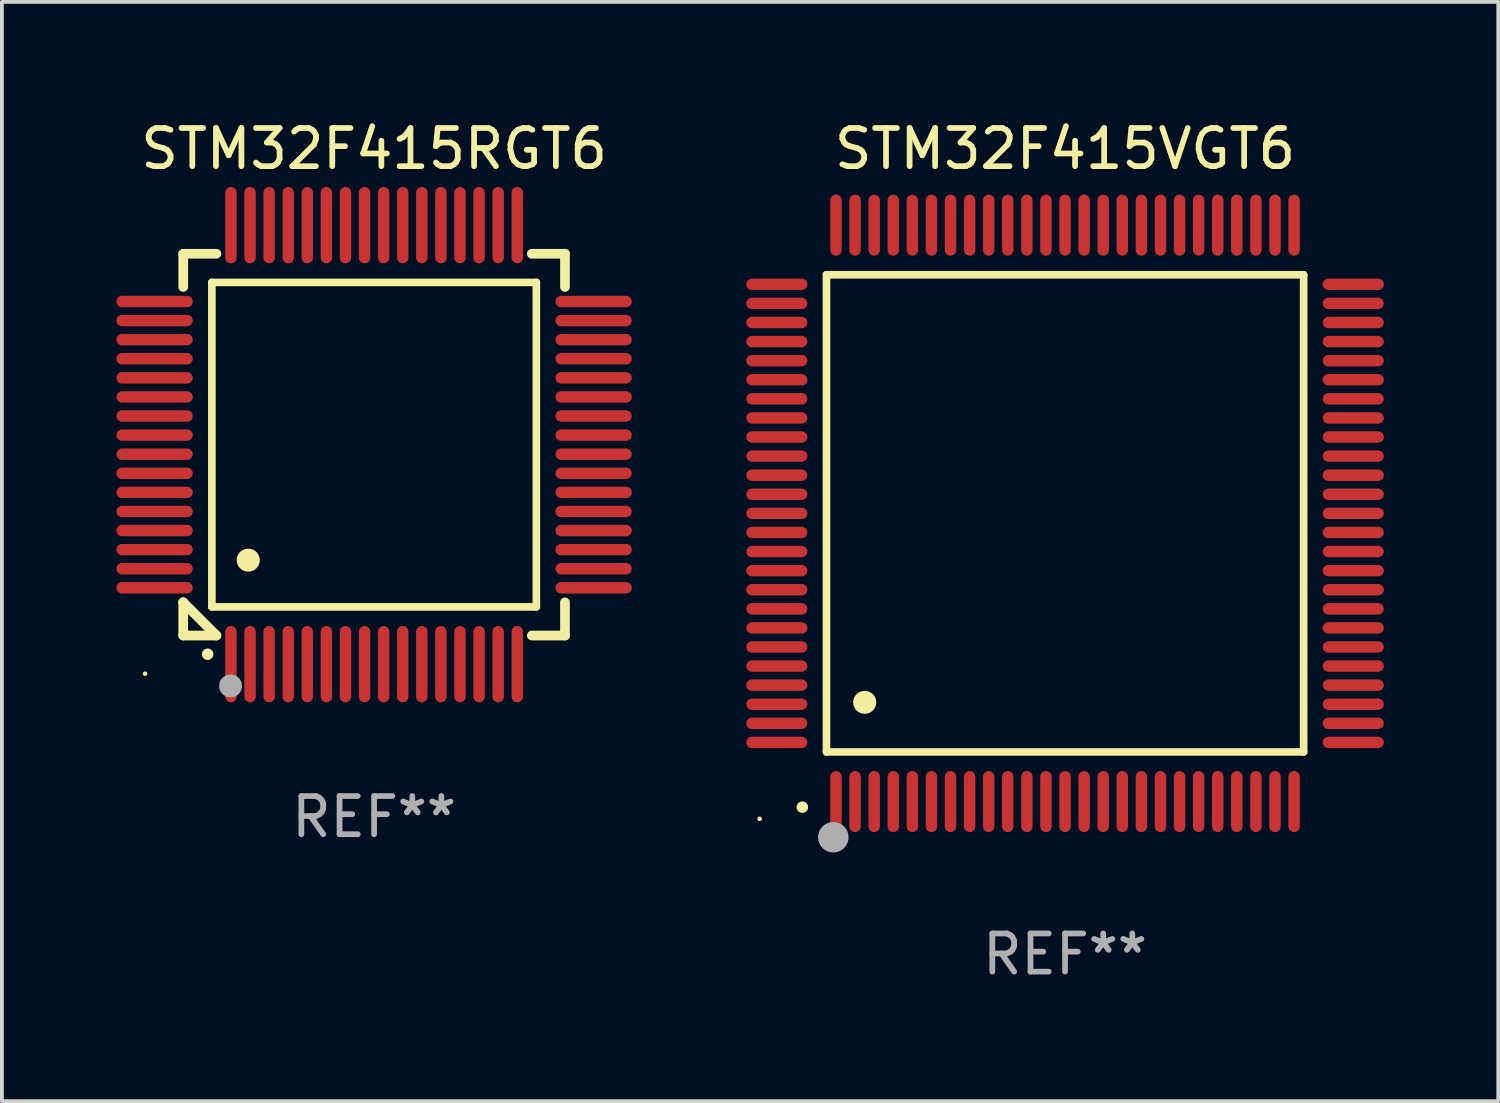
<source format=kicad_pcb>
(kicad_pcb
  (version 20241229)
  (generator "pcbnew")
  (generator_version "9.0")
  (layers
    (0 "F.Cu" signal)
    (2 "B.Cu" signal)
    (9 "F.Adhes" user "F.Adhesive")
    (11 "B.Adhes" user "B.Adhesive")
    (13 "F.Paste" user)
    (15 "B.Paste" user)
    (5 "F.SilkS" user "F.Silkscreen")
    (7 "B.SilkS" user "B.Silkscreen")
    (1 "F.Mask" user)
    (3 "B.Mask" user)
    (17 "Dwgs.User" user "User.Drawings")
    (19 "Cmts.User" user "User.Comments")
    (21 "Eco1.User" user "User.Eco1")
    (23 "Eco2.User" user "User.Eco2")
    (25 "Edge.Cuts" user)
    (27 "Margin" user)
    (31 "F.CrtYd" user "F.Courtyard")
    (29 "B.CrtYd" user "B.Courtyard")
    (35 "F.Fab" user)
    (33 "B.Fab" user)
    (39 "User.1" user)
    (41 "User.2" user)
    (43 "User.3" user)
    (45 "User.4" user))
  (footprint "STM32F415RGT6"
    (layer "F.Cu")
    (at 6.75 8.598)
    (property "Reference" "STM32F415RGT6" (at 0 -7.75 0) (layer "F.SilkS") (effects (font (size 1 1) (thickness 0.15))))
    (attr through_hole)
    (fp_line (start -5 -5) (end -4.131 -5) (stroke (width 0.254) (type solid)) (layer "F.SilkS"))
    (fp_line (start -5 -4.131) (end -5 -5) (stroke (width 0.254) (type solid)) (layer "F.SilkS"))
    (fp_line (start -5 4.131) (end -5 4.131) (stroke (width 0.254) (type solid)) (layer "F.SilkS"))
    (fp_line (start -5 5) (end -5 4.131) (stroke (width 0.254) (type solid)) (layer "F.SilkS"))
    (fp_line (start -5 4.131) (end -4.131 5) (stroke (width 0.254) (type solid)) (layer "F.SilkS"))
    (fp_line (start -4.25 -4.25) (end -4.25 4.25) (stroke (width 0.2) (type solid)) (layer "F.SilkS"))
    (fp_line (start -4.25 4.25) (end 4.25 4.25) (stroke (width 0.2) (type solid)) (layer "F.SilkS"))
    (fp_line (start -4.131 5) (end -5 5) (stroke (width 0.254) (type solid)) (layer "F.SilkS"))
    (fp_line (start 4.25 -4.25) (end -4.25 -4.25) (stroke (width 0.2) (type solid)) (layer "F.SilkS"))
    (fp_line (start 4.25 4.25) (end 4.25 -4.25) (stroke (width 0.2) (type solid)) (layer "F.SilkS"))
    (fp_line (start 5 -5) (end 4.131 -5) (stroke (width 0.254) (type solid)) (layer "F.SilkS"))
    (fp_line (start 5 -5) (end 5 -4.131) (stroke (width 0.254) (type solid)) (layer "F.SilkS"))
    (fp_line (start 5 4.131) (end 5 5) (stroke (width 0.254) (type solid)) (layer "F.SilkS"))
    (fp_line (start 5 5) (end 4.131 5) (stroke (width 0.254) (type solid)) (layer "F.SilkS"))
    (fp_arc (start -4.361265 5.489992) (mid -4.359995 5.489987) (end -4.358725 5.489992) (stroke (width 0.3) (type solid)) (layer "F.SilkS"))
    (fp_arc (start -3.299467 3.025146) (mid -3.296927 3.025135) (end -3.294387 3.025146) (stroke (width 0.6) (type solid)) (layer "F.SilkS"))
    (fp_circle (center -6 6) (end -5.97 6) (stroke (width 0.06) (type solid)) (fill no) (layer "F.SilkS"))
    (fp_circle (center -3.76 6.32) (end -3.61 6.32) (stroke (width 0.3) (type solid)) (fill no) (layer "F.Fab"))
    (fp_text user "REF**" (at 0 9.75 0) (layer "F.Fab") (effects (font (size 1 1) (thickness 0.15))))
    (pad "1" smd oval (at -3.75 5.75) (size 0.3 2) (layers "F.Cu" "F.Mask" "F.Paste"))
    (pad "2" smd oval (at -3.25 5.75) (size 0.3 2) (layers "F.Cu" "F.Mask" "F.Paste"))
    (pad "3" smd oval (at -2.75 5.75) (size 0.3 2) (layers "F.Cu" "F.Mask" "F.Paste"))
    (pad "4" smd oval (at -2.25 5.75) (size 0.3 2) (layers "F.Cu" "F.Mask" "F.Paste"))
    (pad "5" smd oval (at -1.75 5.75) (size 0.3 2) (layers "F.Cu" "F.Mask" "F.Paste"))
    (pad "6" smd oval (at -1.25 5.75) (size 0.3 2) (layers "F.Cu" "F.Mask" "F.Paste"))
    (pad "7" smd oval (at -0.75 5.75) (size 0.3 2) (layers "F.Cu" "F.Mask" "F.Paste"))
    (pad "8" smd oval (at -0.25 5.75) (size 0.3 2) (layers "F.Cu" "F.Mask" "F.Paste"))
    (pad "9" smd oval (at 0.25 5.75) (size 0.3 2) (layers "F.Cu" "F.Mask" "F.Paste"))
    (pad "10" smd oval (at 0.75 5.75) (size 0.3 2) (layers "F.Cu" "F.Mask" "F.Paste"))
    (pad "11" smd oval (at 1.25 5.75) (size 0.3 2) (layers "F.Cu" "F.Mask" "F.Paste"))
    (pad "12" smd oval (at 1.75 5.75) (size 0.3 2) (layers "F.Cu" "F.Mask" "F.Paste"))
    (pad "13" smd oval (at 2.25 5.75) (size 0.3 2) (layers "F.Cu" "F.Mask" "F.Paste"))
    (pad "14" smd oval (at 2.75 5.75) (size 0.3 2) (layers "F.Cu" "F.Mask" "F.Paste"))
    (pad "15" smd oval (at 3.25 5.75) (size 0.3 2) (layers "F.Cu" "F.Mask" "F.Paste"))
    (pad "16" smd oval (at 3.75 5.75) (size 0.3 2) (layers "F.Cu" "F.Mask" "F.Paste"))
    (pad "17" smd oval (at 5.75 3.75) (size 2 0.3) (layers "F.Cu" "F.Mask" "F.Paste"))
    (pad "18" smd oval (at 5.75 3.25) (size 2 0.3) (layers "F.Cu" "F.Mask" "F.Paste"))
    (pad "19" smd oval (at 5.75 2.75) (size 2 0.3) (layers "F.Cu" "F.Mask" "F.Paste"))
    (pad "20" smd oval (at 5.75 2.25) (size 2 0.3) (layers "F.Cu" "F.Mask" "F.Paste"))
    (pad "21" smd oval (at 5.75 1.75) (size 2 0.3) (layers "F.Cu" "F.Mask" "F.Paste"))
    (pad "22" smd oval (at 5.75 1.25) (size 2 0.3) (layers "F.Cu" "F.Mask" "F.Paste"))
    (pad "23" smd oval (at 5.75 0.75) (size 2 0.3) (layers "F.Cu" "F.Mask" "F.Paste"))
    (pad "24" smd oval (at 5.75 0.25) (size 2 0.3) (layers "F.Cu" "F.Mask" "F.Paste"))
    (pad "25" smd oval (at 5.75 -0.25) (size 2 0.3) (layers "F.Cu" "F.Mask" "F.Paste"))
    (pad "26" smd oval (at 5.75 -0.75) (size 2 0.3) (layers "F.Cu" "F.Mask" "F.Paste"))
    (pad "27" smd oval (at 5.75 -1.25) (size 2 0.3) (layers "F.Cu" "F.Mask" "F.Paste"))
    (pad "28" smd oval (at 5.75 -1.75) (size 2 0.3) (layers "F.Cu" "F.Mask" "F.Paste"))
    (pad "29" smd oval (at 5.75 -2.25) (size 2 0.3) (layers "F.Cu" "F.Mask" "F.Paste"))
    (pad "30" smd oval (at 5.75 -2.75) (size 2 0.3) (layers "F.Cu" "F.Mask" "F.Paste"))
    (pad "31" smd oval (at 5.75 -3.25) (size 2 0.3) (layers "F.Cu" "F.Mask" "F.Paste"))
    (pad "32" smd oval (at 5.75 -3.75) (size 2 0.3) (layers "F.Cu" "F.Mask" "F.Paste"))
    (pad "33" smd oval (at 3.75 -5.75) (size 0.3 2) (layers "F.Cu" "F.Mask" "F.Paste"))
    (pad "34" smd oval (at 3.25 -5.75) (size 0.3 2) (layers "F.Cu" "F.Mask" "F.Paste"))
    (pad "35" smd oval (at 2.75 -5.75) (size 0.3 2) (layers "F.Cu" "F.Mask" "F.Paste"))
    (pad "36" smd oval (at 2.25 -5.75) (size 0.3 2) (layers "F.Cu" "F.Mask" "F.Paste"))
    (pad "37" smd oval (at 1.75 -5.75) (size 0.3 2) (layers "F.Cu" "F.Mask" "F.Paste"))
    (pad "38" smd oval (at 1.25 -5.75) (size 0.3 2) (layers "F.Cu" "F.Mask" "F.Paste"))
    (pad "39" smd oval (at 0.75 -5.75) (size 0.3 2) (layers "F.Cu" "F.Mask" "F.Paste"))
    (pad "40" smd oval (at 0.25 -5.75) (size 0.3 2) (layers "F.Cu" "F.Mask" "F.Paste"))
    (pad "41" smd oval (at -0.25 -5.75) (size 0.3 2) (layers "F.Cu" "F.Mask" "F.Paste"))
    (pad "42" smd oval (at -0.75 -5.75) (size 0.3 2) (layers "F.Cu" "F.Mask" "F.Paste"))
    (pad "43" smd oval (at -1.25 -5.75) (size 0.3 2) (layers "F.Cu" "F.Mask" "F.Paste"))
    (pad "44" smd oval (at -1.75 -5.75) (size 0.3 2) (layers "F.Cu" "F.Mask" "F.Paste"))
    (pad "45" smd oval (at -2.25 -5.75) (size 0.3 2) (layers "F.Cu" "F.Mask" "F.Paste"))
    (pad "46" smd oval (at -2.75 -5.75) (size 0.3 2) (layers "F.Cu" "F.Mask" "F.Paste"))
    (pad "47" smd oval (at -3.25 -5.75) (size 0.3 2) (layers "F.Cu" "F.Mask" "F.Paste"))
    (pad "48" smd oval (at -3.75 -5.75) (size 0.3 2) (layers "F.Cu" "F.Mask" "F.Paste"))
    (pad "49" smd oval (at -5.75 -3.75) (size 2 0.3) (layers "F.Cu" "F.Mask" "F.Paste"))
    (pad "50" smd oval (at -5.75 -3.25) (size 2 0.3) (layers "F.Cu" "F.Mask" "F.Paste"))
    (pad "51" smd oval (at -5.75 -2.75) (size 2 0.3) (layers "F.Cu" "F.Mask" "F.Paste"))
    (pad "52" smd oval (at -5.75 -2.25) (size 2 0.3) (layers "F.Cu" "F.Mask" "F.Paste"))
    (pad "53" smd oval (at -5.75 -1.75) (size 2 0.3) (layers "F.Cu" "F.Mask" "F.Paste"))
    (pad "54" smd oval (at -5.75 -1.25) (size 2 0.3) (layers "F.Cu" "F.Mask" "F.Paste"))
    (pad "55" smd oval (at -5.75 -0.75) (size 2 0.3) (layers "F.Cu" "F.Mask" "F.Paste"))
    (pad "56" smd oval (at -5.75 -0.25) (size 2 0.3) (layers "F.Cu" "F.Mask" "F.Paste"))
    (pad "57" smd oval (at -5.75 0.25) (size 2 0.3) (layers "F.Cu" "F.Mask" "F.Paste"))
    (pad "58" smd oval (at -5.75 0.75) (size 2 0.3) (layers "F.Cu" "F.Mask" "F.Paste"))
    (pad "59" smd oval (at -5.75 1.25) (size 2 0.3) (layers "F.Cu" "F.Mask" "F.Paste"))
    (pad "60" smd oval (at -5.75 1.75) (size 2 0.3) (layers "F.Cu" "F.Mask" "F.Paste"))
    (pad "61" smd oval (at -5.75 2.25) (size 2 0.3) (layers "F.Cu" "F.Mask" "F.Paste"))
    (pad "62" smd oval (at -5.75 2.75) (size 2 0.3) (layers "F.Cu" "F.Mask" "F.Paste"))
    (pad "63" smd oval (at -5.75 3.25) (size 2 0.3) (layers "F.Cu" "F.Mask" "F.Paste"))
    (pad "64" smd oval (at -5.75 3.75) (size 2 0.3) (layers "F.Cu" "F.Mask" "F.Paste")))
  (footprint "STM32F415VGT6"
    (layer "F.Cu")
    (at 24.85 10.398)
    (property "Reference" "STM32F415VGT6" (at 0 -9.55 0) (layer "F.SilkS") (effects (font (size 1 1) (thickness 0.15))))
    (attr through_hole)
    (fp_line (start -6.25 -6.25) (end -6.25 6.25) (stroke (width 0.2) (type solid)) (layer "F.SilkS"))
    (fp_line (start -6.25 6.25) (end 6.25 6.25) (stroke (width 0.2) (type solid)) (layer "F.SilkS"))
    (fp_line (start 6.25 -6.25) (end -6.25 -6.25) (stroke (width 0.2) (type solid)) (layer "F.SilkS"))
    (fp_line (start 6.25 6.25) (end 6.25 -6.25) (stroke (width 0.2) (type solid)) (layer "F.SilkS"))
    (fp_arc (start -6.883414 7.696215) (mid -6.882144 7.69621) (end -6.880874 7.696215) (stroke (width 0.3) (type solid)) (layer "F.SilkS"))
    (fp_arc (start -5.250191 4.95047) (mid -5.247651 4.950459) (end -5.245111 4.95047) (stroke (width 0.6) (type solid)) (layer "F.SilkS"))
    (fp_circle (center -8 8) (end -7.97 8) (stroke (width 0.06) (type solid)) (fill no) (layer "F.SilkS"))
    (fp_circle (center -6.071 8.484) (end -5.871 8.484) (stroke (width 0.4) (type solid)) (fill no) (layer "F.Fab"))
    (fp_text user "REF**" (at 0 11.55 0) (layer "F.Fab") (effects (font (size 1 1) (thickness 0.15))))
    (pad "1" smd oval (at -6 7.55) (size 0.3 1.6) (layers "F.Cu" "F.Mask" "F.Paste"))
    (pad "2" smd oval (at -5.5 7.55) (size 0.3 1.6) (layers "F.Cu" "F.Mask" "F.Paste"))
    (pad "3" smd oval (at -5 7.55) (size 0.3 1.6) (layers "F.Cu" "F.Mask" "F.Paste"))
    (pad "4" smd oval (at -4.5 7.55) (size 0.3 1.6) (layers "F.Cu" "F.Mask" "F.Paste"))
    (pad "5" smd oval (at -4 7.55) (size 0.3 1.6) (layers "F.Cu" "F.Mask" "F.Paste"))
    (pad "6" smd oval (at -3.5 7.55) (size 0.3 1.6) (layers "F.Cu" "F.Mask" "F.Paste"))
    (pad "7" smd oval (at -3 7.55) (size 0.3 1.6) (layers "F.Cu" "F.Mask" "F.Paste"))
    (pad "8" smd oval (at -2.5 7.55) (size 0.3 1.6) (layers "F.Cu" "F.Mask" "F.Paste"))
    (pad "9" smd oval (at -2 7.55) (size 0.3 1.6) (layers "F.Cu" "F.Mask" "F.Paste"))
    (pad "10" smd oval (at -1.5 7.55) (size 0.3 1.6) (layers "F.Cu" "F.Mask" "F.Paste"))
    (pad "11" smd oval (at -1 7.55) (size 0.3 1.6) (layers "F.Cu" "F.Mask" "F.Paste"))
    (pad "12" smd oval (at -0.5 7.55) (size 0.3 1.6) (layers "F.Cu" "F.Mask" "F.Paste"))
    (pad "13" smd oval (at 0 7.55) (size 0.3 1.6) (layers "F.Cu" "F.Mask" "F.Paste"))
    (pad "14" smd oval (at 0.5 7.55) (size 0.3 1.6) (layers "F.Cu" "F.Mask" "F.Paste"))
    (pad "15" smd oval (at 1 7.55) (size 0.3 1.6) (layers "F.Cu" "F.Mask" "F.Paste"))
    (pad "16" smd oval (at 1.5 7.55) (size 0.3 1.6) (layers "F.Cu" "F.Mask" "F.Paste"))
    (pad "17" smd oval (at 2 7.55) (size 0.3 1.6) (layers "F.Cu" "F.Mask" "F.Paste"))
    (pad "18" smd oval (at 2.5 7.55) (size 0.3 1.6) (layers "F.Cu" "F.Mask" "F.Paste"))
    (pad "19" smd oval (at 3 7.55) (size 0.3 1.6) (layers "F.Cu" "F.Mask" "F.Paste"))
    (pad "20" smd oval (at 3.5 7.55) (size 0.3 1.6) (layers "F.Cu" "F.Mask" "F.Paste"))
    (pad "21" smd oval (at 4 7.55) (size 0.3 1.6) (layers "F.Cu" "F.Mask" "F.Paste"))
    (pad "22" smd oval (at 4.5 7.55) (size 0.3 1.6) (layers "F.Cu" "F.Mask" "F.Paste"))
    (pad "23" smd oval (at 5 7.55) (size 0.3 1.6) (layers "F.Cu" "F.Mask" "F.Paste"))
    (pad "24" smd oval (at 5.5 7.55) (size 0.3 1.6) (layers "F.Cu" "F.Mask" "F.Paste"))
    (pad "25" smd oval (at 6 7.55) (size 0.3 1.6) (layers "F.Cu" "F.Mask" "F.Paste"))
    (pad "26" smd oval (at 7.55 6) (size 1.6 0.3) (layers "F.Cu" "F.Mask" "F.Paste"))
    (pad "27" smd oval (at 7.55 5.5) (size 1.6 0.3) (layers "F.Cu" "F.Mask" "F.Paste"))
    (pad "28" smd oval (at 7.55 5) (size 1.6 0.3) (layers "F.Cu" "F.Mask" "F.Paste"))
    (pad "29" smd oval (at 7.55 4.5) (size 1.6 0.3) (layers "F.Cu" "F.Mask" "F.Paste"))
    (pad "30" smd oval (at 7.55 4) (size 1.6 0.3) (layers "F.Cu" "F.Mask" "F.Paste"))
    (pad "31" smd oval (at 7.55 3.5) (size 1.6 0.3) (layers "F.Cu" "F.Mask" "F.Paste"))
    (pad "32" smd oval (at 7.55 3) (size 1.6 0.3) (layers "F.Cu" "F.Mask" "F.Paste"))
    (pad "33" smd oval (at 7.55 2.5) (size 1.6 0.3) (layers "F.Cu" "F.Mask" "F.Paste"))
    (pad "34" smd oval (at 7.55 2) (size 1.6 0.3) (layers "F.Cu" "F.Mask" "F.Paste"))
    (pad "35" smd oval (at 7.55 1.5) (size 1.6 0.3) (layers "F.Cu" "F.Mask" "F.Paste"))
    (pad "36" smd oval (at 7.55 1) (size 1.6 0.3) (layers "F.Cu" "F.Mask" "F.Paste"))
    (pad "37" smd oval (at 7.55 0.5) (size 1.6 0.3) (layers "F.Cu" "F.Mask" "F.Paste"))
    (pad "38" smd oval (at 7.55 0) (size 1.6 0.3) (layers "F.Cu" "F.Mask" "F.Paste"))
    (pad "39" smd oval (at 7.55 -0.5) (size 1.6 0.3) (layers "F.Cu" "F.Mask" "F.Paste"))
    (pad "40" smd oval (at 7.55 -1) (size 1.6 0.3) (layers "F.Cu" "F.Mask" "F.Paste"))
    (pad "41" smd oval (at 7.55 -1.5) (size 1.6 0.3) (layers "F.Cu" "F.Mask" "F.Paste"))
    (pad "42" smd oval (at 7.55 -2) (size 1.6 0.3) (layers "F.Cu" "F.Mask" "F.Paste"))
    (pad "43" smd oval (at 7.55 -2.5) (size 1.6 0.3) (layers "F.Cu" "F.Mask" "F.Paste"))
    (pad "44" smd oval (at 7.55 -3) (size 1.6 0.3) (layers "F.Cu" "F.Mask" "F.Paste"))
    (pad "45" smd oval (at 7.55 -3.5) (size 1.6 0.3) (layers "F.Cu" "F.Mask" "F.Paste"))
    (pad "46" smd oval (at 7.55 -4) (size 1.6 0.3) (layers "F.Cu" "F.Mask" "F.Paste"))
    (pad "47" smd oval (at 7.55 -4.5) (size 1.6 0.3) (layers "F.Cu" "F.Mask" "F.Paste"))
    (pad "48" smd oval (at 7.55 -5) (size 1.6 0.3) (layers "F.Cu" "F.Mask" "F.Paste"))
    (pad "49" smd oval (at 7.55 -5.5) (size 1.6 0.3) (layers "F.Cu" "F.Mask" "F.Paste"))
    (pad "50" smd oval (at 7.55 -6) (size 1.6 0.3) (layers "F.Cu" "F.Mask" "F.Paste"))
    (pad "51" smd oval (at 6 -7.55) (size 0.3 1.6) (layers "F.Cu" "F.Mask" "F.Paste"))
    (pad "52" smd oval (at 5.5 -7.55) (size 0.3 1.6) (layers "F.Cu" "F.Mask" "F.Paste"))
    (pad "53" smd oval (at 5 -7.55) (size 0.3 1.6) (layers "F.Cu" "F.Mask" "F.Paste"))
    (pad "54" smd oval (at 4.5 -7.55) (size 0.3 1.6) (layers "F.Cu" "F.Mask" "F.Paste"))
    (pad "55" smd oval (at 4 -7.55) (size 0.3 1.6) (layers "F.Cu" "F.Mask" "F.Paste"))
    (pad "56" smd oval (at 3.5 -7.55) (size 0.3 1.6) (layers "F.Cu" "F.Mask" "F.Paste"))
    (pad "57" smd oval (at 3 -7.55) (size 0.3 1.6) (layers "F.Cu" "F.Mask" "F.Paste"))
    (pad "58" smd oval (at 2.5 -7.55) (size 0.3 1.6) (layers "F.Cu" "F.Mask" "F.Paste"))
    (pad "59" smd oval (at 2 -7.55) (size 0.3 1.6) (layers "F.Cu" "F.Mask" "F.Paste"))
    (pad "60" smd oval (at 1.5 -7.55) (size 0.3 1.6) (layers "F.Cu" "F.Mask" "F.Paste"))
    (pad "61" smd oval (at 1 -7.55) (size 0.3 1.6) (layers "F.Cu" "F.Mask" "F.Paste"))
    (pad "62" smd oval (at 0.5 -7.55) (size 0.3 1.6) (layers "F.Cu" "F.Mask" "F.Paste"))
    (pad "63" smd oval (at 0 -7.55) (size 0.3 1.6) (layers "F.Cu" "F.Mask" "F.Paste"))
    (pad "64" smd oval (at -0.5 -7.55) (size 0.3 1.6) (layers "F.Cu" "F.Mask" "F.Paste"))
    (pad "65" smd oval (at -1 -7.55) (size 0.3 1.6) (layers "F.Cu" "F.Mask" "F.Paste"))
    (pad "66" smd oval (at -1.5 -7.55) (size 0.3 1.6) (layers "F.Cu" "F.Mask" "F.Paste"))
    (pad "67" smd oval (at -2 -7.55) (size 0.3 1.6) (layers "F.Cu" "F.Mask" "F.Paste"))
    (pad "68" smd oval (at -2.5 -7.55) (size 0.3 1.6) (layers "F.Cu" "F.Mask" "F.Paste"))
    (pad "69" smd oval (at -3 -7.55) (size 0.3 1.6) (layers "F.Cu" "F.Mask" "F.Paste"))
    (pad "70" smd oval (at -3.5 -7.55) (size 0.3 1.6) (layers "F.Cu" "F.Mask" "F.Paste"))
    (pad "71" smd oval (at -4 -7.55) (size 0.3 1.6) (layers "F.Cu" "F.Mask" "F.Paste"))
    (pad "72" smd oval (at -4.5 -7.55) (size 0.3 1.6) (layers "F.Cu" "F.Mask" "F.Paste"))
    (pad "73" smd oval (at -5 -7.55) (size 0.3 1.6) (layers "F.Cu" "F.Mask" "F.Paste"))
    (pad "74" smd oval (at -5.5 -7.55) (size 0.3 1.6) (layers "F.Cu" "F.Mask" "F.Paste"))
    (pad "75" smd oval (at -6 -7.55) (size 0.3 1.6) (layers "F.Cu" "F.Mask" "F.Paste"))
    (pad "76" smd oval (at -7.55 -6) (size 1.6 0.3) (layers "F.Cu" "F.Mask" "F.Paste"))
    (pad "77" smd oval (at -7.55 -5.5) (size 1.6 0.3) (layers "F.Cu" "F.Mask" "F.Paste"))
    (pad "78" smd oval (at -7.55 -5) (size 1.6 0.3) (layers "F.Cu" "F.Mask" "F.Paste"))
    (pad "79" smd oval (at -7.55 -4.5) (size 1.6 0.3) (layers "F.Cu" "F.Mask" "F.Paste"))
    (pad "80" smd oval (at -7.55 -4) (size 1.6 0.3) (layers "F.Cu" "F.Mask" "F.Paste"))
    (pad "81" smd oval (at -7.55 -3.5) (size 1.6 0.3) (layers "F.Cu" "F.Mask" "F.Paste"))
    (pad "82" smd oval (at -7.55 -3) (size 1.6 0.3) (layers "F.Cu" "F.Mask" "F.Paste"))
    (pad "83" smd oval (at -7.55 -2.5) (size 1.6 0.3) (layers "F.Cu" "F.Mask" "F.Paste"))
    (pad "84" smd oval (at -7.55 -2) (size 1.6 0.3) (layers "F.Cu" "F.Mask" "F.Paste"))
    (pad "85" smd oval (at -7.55 -1.5) (size 1.6 0.3) (layers "F.Cu" "F.Mask" "F.Paste"))
    (pad "86" smd oval (at -7.55 -1) (size 1.6 0.3) (layers "F.Cu" "F.Mask" "F.Paste"))
    (pad "87" smd oval (at -7.55 -0.5) (size 1.6 0.3) (layers "F.Cu" "F.Mask" "F.Paste"))
    (pad "88" smd oval (at -7.55 0) (size 1.6 0.3) (layers "F.Cu" "F.Mask" "F.Paste"))
    (pad "89" smd oval (at -7.55 0.5) (size 1.6 0.3) (layers "F.Cu" "F.Mask" "F.Paste"))
    (pad "90" smd oval (at -7.55 1) (size 1.6 0.3) (layers "F.Cu" "F.Mask" "F.Paste"))
    (pad "91" smd oval (at -7.55 1.5) (size 1.6 0.3) (layers "F.Cu" "F.Mask" "F.Paste"))
    (pad "92" smd oval (at -7.55 2) (size 1.6 0.3) (layers "F.Cu" "F.Mask" "F.Paste"))
    (pad "93" smd oval (at -7.55 2.5) (size 1.6 0.3) (layers "F.Cu" "F.Mask" "F.Paste"))
    (pad "94" smd oval (at -7.55 3) (size 1.6 0.3) (layers "F.Cu" "F.Mask" "F.Paste"))
    (pad "95" smd oval (at -7.55 3.5) (size 1.6 0.3) (layers "F.Cu" "F.Mask" "F.Paste"))
    (pad "96" smd oval (at -7.55 4) (size 1.6 0.3) (layers "F.Cu" "F.Mask" "F.Paste"))
    (pad "97" smd oval (at -7.55 4.5) (size 1.6 0.3) (layers "F.Cu" "F.Mask" "F.Paste"))
    (pad "98" smd oval (at -7.55 5) (size 1.6 0.3) (layers "F.Cu" "F.Mask" "F.Paste"))
    (pad "99" smd oval (at -7.55 5.5) (size 1.6 0.3) (layers "F.Cu" "F.Mask" "F.Paste"))
    (pad "100" smd oval (at -7.55 6) (size 1.6 0.3) (layers "F.Cu" "F.Mask" "F.Paste")))
  (gr_rect
    (start -3 -3)
    (end 36.199 25.796)
    (stroke (width 0.1) (type default))
    (fill no)
    (layer "Edge.Cuts")))
</source>
